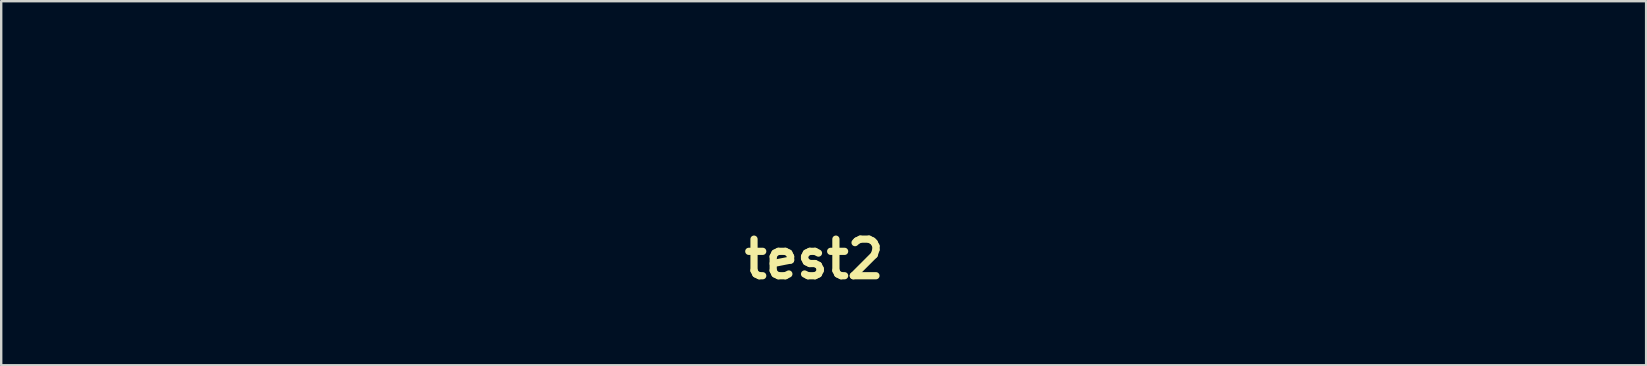
<source format=kicad_pcb>
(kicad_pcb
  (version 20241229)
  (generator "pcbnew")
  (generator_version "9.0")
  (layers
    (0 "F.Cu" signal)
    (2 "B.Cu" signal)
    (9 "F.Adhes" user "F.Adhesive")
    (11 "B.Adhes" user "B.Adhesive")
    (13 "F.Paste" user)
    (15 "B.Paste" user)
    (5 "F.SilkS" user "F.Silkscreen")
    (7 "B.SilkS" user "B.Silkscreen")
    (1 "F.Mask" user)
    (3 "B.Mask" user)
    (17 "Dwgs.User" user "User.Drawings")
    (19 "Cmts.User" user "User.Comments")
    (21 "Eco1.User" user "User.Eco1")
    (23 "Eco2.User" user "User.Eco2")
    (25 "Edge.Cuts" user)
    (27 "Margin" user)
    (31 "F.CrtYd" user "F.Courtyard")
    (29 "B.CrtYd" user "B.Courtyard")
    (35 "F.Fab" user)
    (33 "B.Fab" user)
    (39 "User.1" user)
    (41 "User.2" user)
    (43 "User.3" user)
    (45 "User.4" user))
  (footprint "test2"
    (layer "F.Cu")
    (at 30.862 7.746)
    (property "Reference" "test2" (at 0 0 0) (layer "F.SilkS") (effects (font (size 1.524 1.524) (thickness 0.3))))
    (attr through_hole)
    (fp_poly (pts (xy 13.123 -2.667) (xy 13.081 -2.625) (xy 13.039 -2.667) (xy 13.081 -2.709) (xy 13.123 -2.667)) (stroke (width 0.01) (type solid)) (fill no) (layer "Eco2.User"))
    (fp_poly (pts (xy 16.087 -5.122) (xy 16.044 -5.08) (xy 16.002 -5.122) (xy 16.044 -5.165) (xy 16.087 -5.122)) (stroke (width 0.01) (type solid)) (fill no) (layer "Eco2.User"))
    (fp_poly (pts (xy 17.187 -6.562) (xy 17.145 -6.519) (xy 17.103 -6.562) (xy 17.145 -6.604) (xy 17.187 -6.562)) (stroke (width 0.01) (type solid)) (fill no) (layer "Eco2.User"))
    (fp_poly (pts (xy 26.839 -0.635) (xy 26.797 -0.593) (xy 26.755 -0.635) (xy 26.797 -0.677) (xy 26.839 -0.635)) (stroke (width 0.01) (type solid)) (fill no) (layer "Eco2.User"))
    (fp_poly (pts (xy 31.411 -2.244) (xy 31.369 -2.201) (xy 31.327 -2.244) (xy 31.369 -2.286) (xy 31.411 -2.244)) (stroke (width 0.01) (type solid)) (fill no) (layer "Eco2.User"))
    (fp_poly (pts (xy -1.831 -4.974) (xy -1.788 -4.833) (xy -1.794 -4.76) (xy -1.836 -4.604) (xy -1.948 -4.531) (xy -2.138 -4.503) (xy -2.35 -4.5) (xy -2.44 -4.551) (xy -2.455 -4.635) (xy -2.393 -4.886) (xy -2.227 -5.034) (xy -1.998 -5.047) (xy -1.831 -4.974)) (stroke (width 0.01) (type solid)) (fill no) (layer "Eco2.User"))
    (fp_poly (pts (xy -16.987 -5.242) (xy -16.905 -5.191) (xy -16.91 -5.056) (xy -16.926 -4.974) (xy -16.982 -4.791) (xy -17.091 -4.706) (xy -17.308 -4.672) (xy -17.516 -4.663) (xy -17.596 -4.701) (xy -17.589 -4.809) (xy -17.581 -4.841) (xy -17.539 -5.04) (xy -17.527 -5.144) (xy -17.448 -5.218) (xy -17.229 -5.249) (xy -17.198 -5.249) (xy -16.987 -5.242)) (stroke (width 0.01) (type solid)) (fill no) (layer "Eco2.User"))
    (fp_poly (pts (xy -17.111 -4.187) (xy -17.107 -4.175) (xy -17.124 -4.071) (xy -17.169 -3.833) (xy -17.236 -3.495) (xy -17.318 -3.087) (xy -17.343 -2.963) (xy -17.575 -1.82) (xy -17.9 -1.793) (xy -18.224 -1.767) (xy -18.167 -2.047) (xy -18.126 -2.246) (xy -18.061 -2.562) (xy -17.982 -2.948) (xy -17.918 -3.26) (xy -17.728 -4.191) (xy -17.415 -4.217) (xy -17.215 -4.218) (xy -17.111 -4.187)) (stroke (width 0.01) (type solid)) (fill no) (layer "Eco2.User"))
    (fp_poly (pts (xy -1.952 -4.044) (xy -1.947 -4.038) (xy -1.964 -3.942) (xy -2.007 -3.717) (xy -2.07 -3.402) (xy -2.145 -3.034) (xy -2.224 -2.651) (xy -2.299 -2.291) (xy -2.363 -1.992) (xy -2.407 -1.791) (xy -2.417 -1.752) (xy -2.483 -1.595) (xy -2.615 -1.533) (xy -2.772 -1.524) (xy -2.964 -1.532) (xy -3.038 -1.59) (xy -3.03 -1.747) (xy -3.014 -1.841) (xy -2.973 -2.056) (xy -2.908 -2.386) (xy -2.827 -2.782) (xy -2.763 -3.09) (xy -2.567 -4.022) (xy -2.257 -4.048) (xy -2.056 -4.056) (xy -1.952 -4.044)) (stroke (width 0.01) (type solid)) (fill no) (layer "Eco2.User"))
    (fp_poly (pts (xy -27.04 -5.241) (xy -26.959 -5.194) (xy -26.966 -5.074) (xy -26.98 -5.016) (xy -27.016 -4.859) (xy -27.078 -4.568) (xy -27.161 -4.175) (xy -27.257 -3.712) (xy -27.341 -3.302) (xy -27.644 -1.82) (xy -27.961 -1.794) (xy -28.165 -1.788) (xy -28.273 -1.807) (xy -28.279 -1.816) (xy -28.262 -1.912) (xy -28.215 -2.141) (xy -28.145 -2.473) (xy -28.058 -2.874) (xy -28.034 -2.985) (xy -27.931 -3.462) (xy -27.832 -3.938) (xy -27.747 -4.359) (xy -27.687 -4.671) (xy -27.686 -4.678) (xy -27.582 -5.249) (xy -27.251 -5.249) (xy -27.04 -5.241)) (stroke (width 0.01) (type solid)) (fill no) (layer "Eco2.User"))
    (fp_poly (pts (xy 27.302 -1.672) (xy 27.29 -1.579) (xy 27.251 -1.503) (xy 27.18 -1.353) (xy 27.164 -1.291) (xy 27.185 -1.181) (xy 27.166 -1.045) (xy 27.122 -0.967) (xy 27.102 -0.968) (xy 27.013 -0.946) (xy 26.978 -0.889) (xy 26.899 -0.765) (xy 26.836 -0.785) (xy 26.815 -0.921) (xy 26.831 -1.037) (xy 26.863 -1.228) (xy 27.009 -1.228) (xy 27.051 -1.185) (xy 27.093 -1.228) (xy 27.051 -1.27) (xy 27.009 -1.228) (xy 26.863 -1.228) (xy 26.87 -1.267) (xy 26.883 -1.438) (xy 26.882 -1.439) (xy 26.945 -1.607) (xy 27.138 -1.688) (xy 27.202 -1.692) (xy 27.302 -1.672)) (stroke (width 0.01) (type solid)) (fill no) (layer "Eco2.User"))
    (fp_poly (pts (xy 0.179 -4.057) (xy 0.241 -4.004) (xy 0.196 -3.86) (xy 0.156 -3.772) (xy 0.012 -3.597) (xy -0.171 -3.556) (xy -0.445 -3.478) (xy -0.683 -3.241) (xy -0.887 -2.844) (xy -1.056 -2.285) (xy -1.148 -1.841) (xy -1.197 -1.636) (xy -1.284 -1.546) (xy -1.467 -1.524) (xy -1.535 -1.524) (xy -1.746 -1.532) (xy -1.828 -1.579) (xy -1.821 -1.7) (xy -1.807 -1.757) (xy -1.767 -1.929) (xy -1.699 -2.225) (xy -1.614 -2.603) (xy -1.525 -3.006) (xy -1.301 -4.022) (xy -1.032 -4.048) (xy -0.845 -4.051) (xy -0.773 -3.98) (xy -0.762 -3.842) (xy -0.762 -3.609) (xy -0.525 -3.836) (xy -0.226 -4.028) (xy -0.017 -4.064) (xy 0.179 -4.057)) (stroke (width 0.01) (type solid)) (fill no) (layer "Eco2.User"))
    (fp_poly (pts (xy -18.11 -4.315) (xy -18.048 -4.273) (xy -18.073 -4.147) (xy -18.125 -3.997) (xy -18.224 -3.815) (xy -18.329 -3.779) (xy -18.508 -3.771) (xy -18.733 -3.665) (xy -18.947 -3.497) (xy -19.081 -3.322) (xy -19.163 -3.11) (xy -19.249 -2.81) (xy -19.3 -2.582) (xy -19.375 -2.213) (xy -19.434 -1.978) (xy -19.497 -1.848) (xy -19.581 -1.792) (xy -19.706 -1.778) (xy -19.786 -1.778) (xy -19.984 -1.789) (xy -20.056 -1.848) (xy -20.044 -1.993) (xy -20.041 -2.011) (xy -20.007 -2.185) (xy -19.949 -2.482) (xy -19.875 -2.86) (xy -19.801 -3.239) (xy -19.608 -4.233) (xy -19.319 -4.233) (xy -19.127 -4.22) (xy -19.059 -4.157) (xy -19.071 -4.022) (xy -19.091 -3.866) (xy -19.056 -3.827) (xy -18.945 -3.907) (xy -18.783 -4.064) (xy -18.498 -4.269) (xy -18.281 -4.318) (xy -18.11 -4.315)) (stroke (width 0.01) (type solid)) (fill no) (layer "Eco2.User"))
    (fp_poly (pts (xy 4.67 -4.056) (xy 4.729 -4.003) (xy 4.682 -3.859) (xy 4.643 -3.772) (xy 4.494 -3.594) (xy 4.358 -3.556) (xy 4.114 -3.504) (xy 3.904 -3.339) (xy 3.72 -3.047) (xy 3.555 -2.614) (xy 3.399 -2.028) (xy 3.385 -1.968) (xy 3.321 -1.712) (xy 3.254 -1.58) (xy 3.149 -1.531) (xy 2.997 -1.524) (xy 2.805 -1.546) (xy 2.711 -1.601) (xy 2.709 -1.61) (xy 2.726 -1.716) (xy 2.771 -1.951) (xy 2.836 -2.277) (xy 2.914 -2.657) (xy 2.997 -3.055) (xy 3.078 -3.433) (xy 3.149 -3.754) (xy 3.176 -3.873) (xy 3.244 -4.008) (xy 3.399 -4.06) (xy 3.513 -4.064) (xy 3.707 -4.053) (xy 3.775 -3.99) (xy 3.759 -3.829) (xy 3.754 -3.805) (xy 3.702 -3.546) (xy 3.961 -3.805) (xy 4.244 -4.012) (xy 4.481 -4.064) (xy 4.67 -4.056)) (stroke (width 0.01) (type solid)) (fill no) (layer "Eco2.User"))
    (fp_poly (pts (xy -14.942 -4.215) (xy -14.654 -4.044) (xy -14.474 -3.789) (xy -14.453 -3.723) (xy -14.464 -3.6) (xy -14.601 -3.526) (xy -14.671 -3.508) (xy -14.876 -3.492) (xy -15.021 -3.583) (xy -15.093 -3.673) (xy -15.304 -3.86) (xy -15.535 -3.894) (xy -15.763 -3.788) (xy -15.965 -3.553) (xy -16.118 -3.201) (xy -16.135 -3.138) (xy -16.2 -2.73) (xy -16.149 -2.442) (xy -15.981 -2.272) (xy -15.778 -2.218) (xy -15.541 -2.241) (xy -15.358 -2.391) (xy -15.343 -2.408) (xy -15.159 -2.558) (xy -14.943 -2.625) (xy -14.756 -2.597) (xy -14.684 -2.532) (xy -14.689 -2.393) (xy -14.803 -2.206) (xy -14.995 -2.011) (xy -15.23 -1.85) (xy -15.246 -1.842) (xy -15.662 -1.711) (xy -16.078 -1.728) (xy -16.39 -1.853) (xy -16.652 -2.103) (xy -16.801 -2.439) (xy -16.842 -2.826) (xy -16.78 -3.227) (xy -16.618 -3.608) (xy -16.363 -3.932) (xy -16.082 -4.133) (xy -15.693 -4.269) (xy -15.301 -4.293) (xy -14.942 -4.215)) (stroke (width 0.01) (type solid)) (fill no) (layer "Eco2.User"))
    (fp_poly (pts (xy -22.35 -4.241) (xy -22.062 -4.047) (xy -21.931 -3.87) (xy -21.851 -3.7) (xy -21.864 -3.608) (xy -21.929 -3.555) (xy -22.119 -3.483) (xy -22.304 -3.482) (xy -22.423 -3.548) (xy -22.437 -3.595) (xy -22.511 -3.74) (xy -22.692 -3.841) (xy -22.918 -3.87) (xy -22.998 -3.857) (xy -23.217 -3.723) (xy -23.402 -3.47) (xy -23.534 -3.145) (xy -23.593 -2.8) (xy -23.561 -2.482) (xy -23.544 -2.43) (xy -23.401 -2.25) (xy -23.184 -2.193) (xy -22.938 -2.26) (xy -22.74 -2.413) (xy -22.543 -2.556) (xy -22.319 -2.623) (xy -22.129 -2.602) (xy -22.055 -2.539) (xy -22.062 -2.405) (xy -22.174 -2.22) (xy -22.356 -2.025) (xy -22.574 -1.865) (xy -22.638 -1.831) (xy -23.053 -1.712) (xy -23.468 -1.73) (xy -23.727 -1.826) (xy -23.994 -2.061) (xy -24.158 -2.398) (xy -24.212 -2.801) (xy -24.151 -3.231) (xy -24.018 -3.564) (xy -23.766 -3.902) (xy -23.439 -4.144) (xy -23.072 -4.285) (xy -22.697 -4.319) (xy -22.35 -4.241)) (stroke (width 0.01) (type solid)) (fill no) (layer "Eco2.User"))
    (fp_poly (pts (xy 1.975 -4.034) (xy 2.133 -3.959) (xy 2.269 -3.854) (xy 2.476 -3.635) (xy 2.542 -3.459) (xy 2.466 -3.342) (xy 2.264 -3.302) (xy 1.997 -3.361) (xy 1.882 -3.471) (xy 1.709 -3.605) (xy 1.457 -3.637) (xy 1.19 -3.558) (xy 1.045 -3.408) (xy 0.909 -3.148) (xy 0.807 -2.838) (xy 0.762 -2.536) (xy 0.762 -2.509) (xy 0.824 -2.232) (xy 0.987 -2.029) (xy 1.212 -1.947) (xy 1.222 -1.947) (xy 1.374 -2.006) (xy 1.559 -2.15) (xy 1.598 -2.19) (xy 1.788 -2.354) (xy 1.975 -2.402) (xy 2.097 -2.392) (xy 2.284 -2.341) (xy 2.37 -2.273) (xy 2.371 -2.266) (xy 2.308 -2.138) (xy 2.15 -1.958) (xy 1.943 -1.769) (xy 1.735 -1.612) (xy 1.571 -1.528) (xy 1.541 -1.524) (xy 1.34 -1.509) (xy 1.256 -1.492) (xy 1.081 -1.482) (xy 0.974 -1.496) (xy 0.595 -1.64) (xy 0.34 -1.887) (xy 0.202 -2.249) (xy 0.169 -2.625) (xy 0.216 -3.059) (xy 0.373 -3.417) (xy 0.667 -3.759) (xy 0.671 -3.764) (xy 0.853 -3.911) (xy 1.049 -3.994) (xy 1.325 -4.037) (xy 1.466 -4.048) (xy 1.773 -4.059) (xy 1.975 -4.034)) (stroke (width 0.01) (type solid)) (fill no) (layer "Eco2.User"))
    (fp_poly (pts (xy 29.873 -3.121) (xy 29.922 -3.053) (xy 29.9 -2.881) (xy 29.887 -2.815) (xy 29.838 -2.543) (xy 29.787 -2.202) (xy 29.764 -2.018) (xy 29.708 -1.539) (xy 30.049 -1.584) (xy 30.39 -1.63) (xy 30.287 -1.408) (xy 30.181 -1.255) (xy 30.015 -1.193) (xy 29.866 -1.186) (xy 29.657 -1.199) (xy 29.566 -1.262) (xy 29.542 -1.411) (xy 29.542 -1.418) (xy 29.531 -1.558) (xy 29.506 -1.553) (xy 29.461 -1.396) (xy 29.427 -1.249) (xy 29.361 -1.08) (xy 29.283 -1.016) (xy 29.229 -1.084) (xy 29.246 -1.206) (xy 29.337 -1.596) (xy 29.404 -1.99) (xy 29.565 -1.99) (xy 29.574 -1.845) (xy 29.601 -1.832) (xy 29.604 -1.84) (xy 29.621 -2.008) (xy 29.607 -2.094) (xy 29.58 -2.128) (xy 29.566 -2.016) (xy 29.565 -1.99) (xy 29.404 -1.99) (xy 29.418 -2.075) (xy 29.477 -2.564) (xy 29.487 -2.709) (xy 29.647 -2.709) (xy 29.66 -2.589) (xy 29.689 -2.603) (xy 29.701 -2.777) (xy 29.689 -2.815) (xy 29.659 -2.826) (xy 29.647 -2.709) (xy 29.487 -2.709) (xy 29.502 -2.942) (xy 29.545 -3.087) (xy 29.695 -3.132) (xy 29.73 -3.133) (xy 29.873 -3.121)) (stroke (width 0.01) (type solid)) (fill no) (layer "Eco2.User"))
    (fp_poly (pts (xy -25.257 -4.288) (xy -24.918 -4.152) (xy -24.688 -3.888) (xy -24.57 -3.496) (xy -24.553 -3.225) (xy -24.553 -2.801) (xy -25.442 -2.836) (xy -25.839 -2.849) (xy -26.097 -2.849) (xy -26.245 -2.831) (xy -26.313 -2.792) (xy -26.331 -2.728) (xy -26.331 -2.717) (xy -26.267 -2.504) (xy -26.109 -2.295) (xy -25.912 -2.149) (xy -25.786 -2.117) (xy -25.582 -2.168) (xy -25.377 -2.286) (xy -25.151 -2.415) (xy -24.951 -2.453) (xy -24.808 -2.412) (xy -24.758 -2.303) (xy -24.832 -2.139) (xy -24.862 -2.103) (xy -25.199 -1.843) (xy -25.598 -1.711) (xy -26.012 -1.715) (xy -26.38 -1.853) (xy -26.681 -2.128) (xy -26.858 -2.494) (xy -26.906 -2.915) (xy -26.837 -3.264) (xy -26.247 -3.264) (xy -26.169 -3.241) (xy -25.965 -3.224) (xy -25.676 -3.217) (xy -25.645 -3.217) (xy -25.043 -3.217) (xy -25.101 -3.45) (xy -25.233 -3.744) (xy -25.443 -3.889) (xy -25.731 -3.884) (xy -25.862 -3.842) (xy -25.983 -3.739) (xy -26.119 -3.554) (xy -26.222 -3.362) (xy -26.247 -3.264) (xy -26.837 -3.264) (xy -26.818 -3.36) (xy -26.733 -3.554) (xy -26.476 -3.937) (xy -26.156 -4.176) (xy -25.744 -4.291) (xy -25.707 -4.296) (xy -25.257 -4.288)) (stroke (width 0.01) (type solid)) (fill no) (layer "Eco2.User"))
    (fp_poly (pts (xy 9.007 -5.066) (xy 9.187 -5.014) (xy 9.256 -4.909) (xy 9.248 -4.778) (xy 9.2 -4.638) (xy 9.094 -4.599) (xy 8.932 -4.62) (xy 8.733 -4.642) (xy 8.621 -4.588) (xy 8.55 -4.42) (xy 8.519 -4.297) (xy 8.496 -4.136) (xy 8.564 -4.074) (xy 8.728 -4.064) (xy 8.908 -4.045) (xy 8.954 -3.976) (xy 8.941 -3.93) (xy 8.896 -3.769) (xy 8.89 -3.718) (xy 8.817 -3.663) (xy 8.642 -3.641) (xy 8.536 -3.64) (xy 8.459 -3.622) (xy 8.398 -3.561) (xy 8.344 -3.433) (xy 8.285 -3.212) (xy 8.211 -2.874) (xy 8.12 -2.434) (xy 7.93 -1.524) (xy 7.648 -1.524) (xy 7.453 -1.543) (xy 7.377 -1.621) (xy 7.368 -1.714) (xy 7.386 -1.881) (xy 7.435 -2.162) (xy 7.504 -2.509) (xy 7.537 -2.663) (xy 7.628 -3.085) (xy 7.681 -3.367) (xy 7.695 -3.536) (xy 7.67 -3.615) (xy 7.606 -3.63) (xy 7.535 -3.616) (xy 7.394 -3.622) (xy 7.366 -3.684) (xy 7.422 -3.929) (xy 7.578 -4.053) (xy 7.662 -4.064) (xy 7.799 -4.097) (xy 7.878 -4.227) (xy 7.914 -4.381) (xy 8.042 -4.75) (xy 8.269 -4.98) (xy 8.597 -5.077) (xy 8.686 -5.08) (xy 9.007 -5.066)) (stroke (width 0.01) (type solid)) (fill no) (layer "Eco2.User"))
    (fp_poly (pts (xy -20.247 -5.034) (xy -20.266 -4.932) (xy -20.312 -4.744) (xy -20.363 -4.508) (xy -20.388 -4.321) (xy -20.337 -4.247) (xy -20.191 -4.233) (xy -20.031 -4.209) (xy -20.007 -4.123) (xy -20.015 -4.099) (xy -20.06 -3.942) (xy -20.066 -3.893) (xy -20.139 -3.832) (xy -20.296 -3.794) (xy -20.427 -3.763) (xy -20.512 -3.679) (xy -20.576 -3.502) (xy -20.631 -3.26) (xy -20.714 -2.783) (xy -20.735 -2.45) (xy -20.693 -2.248) (xy -20.609 -2.168) (xy -20.442 -2.152) (xy -20.383 -2.173) (xy -20.328 -2.167) (xy -20.348 -2.081) (xy -20.398 -1.889) (xy -20.405 -1.813) (xy -20.477 -1.73) (xy -20.655 -1.694) (xy -20.886 -1.706) (xy -21.113 -1.763) (xy -21.232 -1.825) (xy -21.357 -1.964) (xy -21.412 -2.173) (xy -21.397 -2.48) (xy -21.314 -2.911) (xy -21.292 -3.006) (xy -21.208 -3.384) (xy -21.176 -3.627) (xy -21.195 -3.76) (xy -21.266 -3.808) (xy -21.294 -3.81) (xy -21.396 -3.884) (xy -21.421 -4.022) (xy -21.386 -4.183) (xy -21.248 -4.232) (xy -21.209 -4.233) (xy -21.048 -4.268) (xy -20.998 -4.406) (xy -20.997 -4.444) (xy -20.944 -4.623) (xy -20.765 -4.796) (xy -20.66 -4.867) (xy -20.417 -5.014) (xy -20.288 -5.068) (xy -20.247 -5.034)) (stroke (width 0.01) (type solid)) (fill no) (layer "Eco2.User"))
    (fp_poly (pts (xy 10.19 -4.755) (xy 10.159 -4.568) (xy 10.154 -4.551) (xy 10.089 -4.28) (xy 10.097 -4.131) (xy 10.188 -4.072) (xy 10.287 -4.064) (xy 10.444 -4.056) (xy 10.488 -4) (xy 10.444 -3.846) (xy 10.42 -3.784) (xy 10.319 -3.631) (xy 10.153 -3.613) (xy 10.14 -3.616) (xy 10.045 -3.624) (xy 9.978 -3.588) (xy 9.924 -3.475) (xy 9.872 -3.258) (xy 9.807 -2.906) (xy 9.8 -2.87) (xy 9.744 -2.522) (xy 9.708 -2.237) (xy 9.698 -2.056) (xy 9.704 -2.017) (xy 9.814 -1.959) (xy 9.911 -1.947) (xy 10.041 -1.889) (xy 10.073 -1.754) (xy 10.006 -1.603) (xy 9.912 -1.527) (xy 9.751 -1.461) (xy 9.679 -1.451) (xy 9.547 -1.475) (xy 9.417 -1.499) (xy 9.222 -1.597) (xy 9.103 -1.722) (xy 9.049 -1.829) (xy 9.029 -1.961) (xy 9.044 -2.157) (xy 9.096 -2.455) (xy 9.147 -2.703) (xy 9.23 -3.104) (xy 9.282 -3.367) (xy 9.302 -3.521) (xy 9.294 -3.594) (xy 9.259 -3.614) (xy 9.207 -3.61) (xy 9.087 -3.655) (xy 9.045 -3.786) (xy 9.077 -3.94) (xy 9.178 -4.056) (xy 9.246 -4.079) (xy 9.421 -4.181) (xy 9.479 -4.298) (xy 9.578 -4.455) (xy 9.767 -4.629) (xy 9.982 -4.77) (xy 10.156 -4.826) (xy 10.19 -4.755)) (stroke (width 0.01) (type solid)) (fill no) (layer "Eco2.User"))
    (fp_poly (pts (xy -29.177 -4.269) (xy -28.874 -4.142) (xy -28.661 -3.965) (xy -28.629 -3.915) (xy -28.563 -3.699) (xy -28.523 -3.382) (xy -28.517 -3.032) (xy -28.52 -2.975) (xy -28.534 -2.873) (xy -28.583 -2.818) (xy -28.703 -2.8) (xy -28.931 -2.812) (xy -29.166 -2.833) (xy -29.516 -2.855) (xy -29.833 -2.857) (xy -30.052 -2.837) (xy -30.058 -2.836) (xy -30.235 -2.777) (xy -30.28 -2.681) (xy -30.262 -2.596) (xy -30.113 -2.319) (xy -29.894 -2.156) (xy -29.644 -2.119) (xy -29.404 -2.223) (xy -29.337 -2.286) (xy -29.111 -2.429) (xy -28.851 -2.439) (xy -28.723 -2.385) (xy -28.686 -2.305) (xy -28.778 -2.172) (xy -28.85 -2.101) (xy -29.247 -1.814) (xy -29.649 -1.695) (xy -30.063 -1.742) (xy -30.285 -1.831) (xy -30.594 -2.05) (xy -30.779 -2.355) (xy -30.854 -2.771) (xy -30.857 -2.887) (xy -30.791 -3.335) (xy -30.183 -3.335) (xy -30.098 -3.255) (xy -29.864 -3.222) (xy -29.631 -3.217) (xy -29.317 -3.223) (xy -29.138 -3.246) (xy -29.058 -3.295) (xy -29.041 -3.368) (xy -29.11 -3.633) (xy -29.287 -3.81) (xy -29.524 -3.883) (xy -29.775 -3.833) (xy -29.945 -3.704) (xy -30.128 -3.479) (xy -30.183 -3.335) (xy -30.791 -3.335) (xy -30.786 -3.37) (xy -30.583 -3.777) (xy -30.271 -4.085) (xy -29.869 -4.271) (xy -29.511 -4.318) (xy -29.177 -4.269)) (stroke (width 0.01) (type solid)) (fill no) (layer "Eco2.User"))
    (fp_poly (pts (xy 28.803 -3.116) (xy 28.835 -3.069) (xy 28.809 -3.029) (xy 28.754 -2.891) (xy 28.698 -2.643) (xy 28.664 -2.413) (xy 28.625 -2.106) (xy 28.585 -1.844) (xy 28.561 -1.722) (xy 28.548 -1.608) (xy 28.609 -1.565) (xy 28.784 -1.574) (xy 28.867 -1.585) (xy 29.217 -1.632) (xy 29.115 -1.409) (xy 29.014 -1.256) (xy 28.855 -1.194) (xy 28.688 -1.185) (xy 28.458 -1.211) (xy 28.362 -1.282) (xy 28.36 -1.291) (xy 28.325 -1.306) (xy 28.245 -1.195) (xy 28.244 -1.193) (xy 28.173 -1.074) (xy 28.146 -1.082) (xy 28.15 -1.234) (xy 28.156 -1.32) (xy 28.183 -1.614) (xy 28.202 -1.778) (xy 28.383 -1.778) (xy 28.392 -1.624) (xy 28.414 -1.606) (xy 28.422 -1.63) (xy 28.435 -1.845) (xy 28.422 -1.926) (xy 28.397 -1.953) (xy 28.384 -1.835) (xy 28.383 -1.778) (xy 28.202 -1.778) (xy 28.223 -1.957) (xy 28.238 -2.074) (xy 28.289 -2.455) (xy 28.461 -2.455) (xy 28.475 -2.335) (xy 28.504 -2.349) (xy 28.515 -2.523) (xy 28.504 -2.561) (xy 28.473 -2.572) (xy 28.461 -2.455) (xy 28.289 -2.455) (xy 28.298 -2.53) (xy 28.336 -2.836) (xy 28.448 -2.836) (xy 28.49 -2.794) (xy 28.533 -2.836) (xy 28.49 -2.879) (xy 28.448 -2.836) (xy 28.336 -2.836) (xy 28.341 -2.875) (xy 28.355 -3.009) (xy 28.435 -3.075) (xy 28.618 -3.116) (xy 28.63 -3.117) (xy 28.803 -3.116)) (stroke (width 0.01) (type solid)) (fill no) (layer "Eco2.User"))
    (fp_poly (pts (xy -4.03 -4.049) (xy -3.793 -3.995) (xy -3.611 -3.889) (xy -3.61 -3.889) (xy -3.469 -3.736) (xy -3.399 -3.536) (xy -3.399 -3.256) (xy -3.466 -2.865) (xy -3.512 -2.667) (xy -3.58 -2.332) (xy -3.626 -2.01) (xy -3.638 -1.841) (xy -3.651 -1.634) (xy -3.716 -1.545) (xy -3.88 -1.524) (xy -3.937 -1.524) (xy -4.14 -1.542) (xy -4.222 -1.614) (xy -4.233 -1.706) (xy -4.244 -1.831) (xy -4.306 -1.82) (xy -4.391 -1.746) (xy -4.666 -1.585) (xy -5.004 -1.502) (xy -5.226 -1.505) (xy -5.412 -1.591) (xy -5.586 -1.753) (xy -5.736 -2.055) (xy -5.734 -2.3) (xy -5.165 -2.3) (xy -5.098 -2.091) (xy -4.926 -1.973) (xy -4.696 -1.96) (xy -4.452 -2.064) (xy -4.411 -2.095) (xy -4.257 -2.286) (xy -4.157 -2.506) (xy -4.083 -2.769) (xy -4.456 -2.699) (xy -4.847 -2.599) (xy -5.08 -2.474) (xy -5.164 -2.317) (xy -5.165 -2.3) (xy -5.734 -2.3) (xy -5.734 -2.356) (xy -5.596 -2.629) (xy -5.337 -2.848) (xy -4.973 -2.985) (xy -4.861 -3.004) (xy -4.465 -3.058) (xy -4.209 -3.104) (xy -4.064 -3.153) (xy -4 -3.218) (xy -3.99 -3.311) (xy -3.996 -3.373) (xy -4.036 -3.522) (xy -4.144 -3.595) (xy -4.357 -3.626) (xy -4.624 -3.617) (xy -4.781 -3.529) (xy -4.799 -3.507) (xy -4.907 -3.413) (xy -5.067 -3.412) (xy -5.183 -3.442) (xy -5.461 -3.522) (xy -5.192 -3.793) (xy -5.029 -3.942) (xy -4.875 -4.024) (xy -4.669 -4.058) (xy -4.378 -4.064) (xy -4.03 -4.049)) (stroke (width 0.01) (type solid)) (fill no) (layer "Eco2.User"))
    (fp_poly (pts (xy 6.026 -4.047) (xy 6.034 -4.046) (xy 6.356 -4.027) (xy 6.557 -3.989) (xy 6.688 -3.918) (xy 6.798 -3.795) (xy 6.804 -3.786) (xy 6.888 -3.665) (xy 6.931 -3.554) (xy 6.935 -3.408) (xy 6.902 -3.183) (xy 6.834 -2.844) (xy 6.766 -2.474) (xy 6.714 -2.129) (xy 6.69 -1.871) (xy 6.689 -1.83) (xy 6.677 -1.627) (xy 6.608 -1.542) (xy 6.433 -1.524) (xy 6.392 -1.524) (xy 6.188 -1.543) (xy 6.106 -1.616) (xy 6.096 -1.696) (xy 6.088 -1.807) (xy 6.036 -1.817) (xy 5.896 -1.727) (xy 5.863 -1.704) (xy 5.498 -1.52) (xy 5.163 -1.495) (xy 4.994 -1.551) (xy 4.75 -1.756) (xy 4.624 -2.039) (xy 4.619 -2.307) (xy 5.165 -2.307) (xy 5.232 -2.094) (xy 5.402 -1.973) (xy 5.631 -1.959) (xy 5.873 -2.064) (xy 5.914 -2.095) (xy 6.068 -2.293) (xy 6.144 -2.477) (xy 6.165 -2.643) (xy 6.091 -2.703) (xy 5.975 -2.709) (xy 5.699 -2.672) (xy 5.438 -2.576) (xy 5.243 -2.447) (xy 5.165 -2.31) (xy 5.165 -2.307) (xy 4.619 -2.307) (xy 4.618 -2.349) (xy 4.739 -2.64) (xy 4.881 -2.789) (xy 5.097 -2.902) (xy 5.385 -2.987) (xy 5.488 -3.004) (xy 5.876 -3.062) (xy 6.122 -3.128) (xy 6.256 -3.217) (xy 6.305 -3.341) (xy 6.308 -3.389) (xy 6.286 -3.527) (xy 6.188 -3.595) (xy 5.972 -3.626) (xy 5.701 -3.616) (xy 5.544 -3.525) (xy 5.534 -3.512) (xy 5.399 -3.415) (xy 5.182 -3.425) (xy 5.171 -3.428) (xy 4.978 -3.489) (xy 4.928 -3.575) (xy 5.021 -3.709) (xy 5.175 -3.848) (xy 5.334 -3.967) (xy 5.491 -4.031) (xy 5.703 -4.053) (xy 6.026 -4.047)) (stroke (width 0.01) (type solid)) (fill no) (layer "Eco2.User"))
    (fp_poly (pts (xy 31.522 -3.047) (xy 31.541 -3.006) (xy 31.571 -2.865) (xy 31.615 -2.72) (xy 31.634 -2.527) (xy 31.569 -2.446) (xy 31.384 -2.371) (xy 31.282 -2.413) (xy 31.284 -2.54) (xy 31.29 -2.678) (xy 31.215 -2.71) (xy 31.102 -2.642) (xy 31.002 -2.494) (xy 30.926 -2.212) (xy 30.906 -1.88) (xy 30.947 -1.597) (xy 30.956 -1.571) (xy 31.038 -1.496) (xy 31.143 -1.542) (xy 31.224 -1.674) (xy 31.242 -1.788) (xy 31.256 -1.82) (xy 31.411 -1.82) (xy 31.454 -1.778) (xy 31.496 -1.82) (xy 31.454 -1.863) (xy 31.411 -1.82) (xy 31.256 -1.82) (xy 31.298 -1.915) (xy 31.454 -1.947) (xy 31.599 -1.94) (xy 31.652 -1.891) (xy 31.622 -1.759) (xy 31.544 -1.567) (xy 31.368 -1.32) (xy 31.122 -1.197) (xy 30.849 -1.22) (xy 30.849 -1.22) (xy 30.758 -1.242) (xy 30.797 -1.17) (xy 30.817 -1.145) (xy 30.891 -1.035) (xy 30.862 -1.027) (xy 30.76 -1.116) (xy 30.716 -1.164) (xy 30.6 -1.387) (xy 31.157 -1.387) (xy 31.199 -1.361) (xy 31.311 -1.47) (xy 31.337 -1.503) (xy 31.411 -1.603) (xy 31.367 -1.582) (xy 31.305 -1.535) (xy 31.188 -1.43) (xy 31.157 -1.387) (xy 30.6 -1.387) (xy 30.568 -1.448) (xy 30.516 -1.816) (xy 30.534 -1.997) (xy 30.656 -1.997) (xy 30.672 -1.887) (xy 30.7 -1.886) (xy 30.721 -1.999) (xy 30.707 -2.048) (xy 30.67 -2.08) (xy 30.656 -1.997) (xy 30.534 -1.997) (xy 30.555 -2.213) (xy 30.595 -2.331) (xy 30.741 -2.331) (xy 30.759 -2.256) (xy 30.802 -2.341) (xy 30.824 -2.413) (xy 30.924 -2.63) (xy 31.045 -2.773) (xy 31.122 -2.855) (xy 31.094 -2.879) (xy 30.964 -2.807) (xy 30.836 -2.637) (xy 30.753 -2.434) (xy 30.741 -2.331) (xy 30.595 -2.331) (xy 30.68 -2.585) (xy 30.843 -2.832) (xy 31.006 -2.958) (xy 31.21 -3.044) (xy 31.399 -3.079) (xy 31.522 -3.047)) (stroke (width 0.01) (type solid)) (fill no) (layer "Eco2.User"))
    (fp_poly (pts (xy 22.554 -5.84) (xy 22.8 -5.83) (xy 22.925 -5.809) (xy 22.955 -5.772) (xy 22.914 -5.715) (xy 22.908 -5.709) (xy 22.794 -5.53) (xy 22.785 -5.362) (xy 22.876 -5.26) (xy 22.94 -5.249) (xy 23.05 -5.227) (xy 23.06 -5.126) (xy 23.029 -5.016) (xy 22.99 -4.87) (xy 22.922 -4.584) (xy 22.831 -4.185) (xy 22.722 -3.697) (xy 22.602 -3.148) (xy 22.517 -2.752) (xy 22.395 -2.187) (xy 22.283 -1.676) (xy 22.185 -1.244) (xy 22.109 -0.914) (xy 22.057 -0.708) (xy 22.039 -0.651) (xy 21.939 -0.619) (xy 21.718 -0.6) (xy 21.425 -0.6) (xy 21.118 -0.6) (xy 20.872 -0.582) (xy 20.744 -0.551) (xy 20.673 -0.538) (xy 20.677 -0.651) (xy 20.69 -0.707) (xy 20.724 -0.87) (xy 20.724 -0.931) (xy 20.64 -0.901) (xy 20.444 -0.823) (xy 20.193 -0.721) (xy 19.709 -0.564) (xy 19.275 -0.526) (xy 18.824 -0.603) (xy 18.755 -0.623) (xy 18.522 -0.726) (xy 18.332 -0.889) (xy 18.711 -0.889) (xy 18.754 -0.847) (xy 18.796 -0.889) (xy 18.754 -0.931) (xy 18.711 -0.889) (xy 18.332 -0.889) (xy 18.315 -0.904) (xy 18.095 -1.187) (xy 17.928 -1.456) (xy 17.837 -1.658) (xy 17.865 -1.658) (xy 17.92 -1.579) (xy 18.059 -1.427) (xy 18.24 -1.246) (xy 18.418 -1.076) (xy 18.554 -0.959) (xy 18.6 -0.931) (xy 18.652 -0.99) (xy 18.677 -1.029) (xy 18.682 -1.058) (xy 19.643 -1.058) (xy 19.685 -1.016) (xy 19.727 -1.058) (xy 19.685 -1.101) (xy 19.643 -1.058) (xy 18.682 -1.058) (xy 18.687 -1.088) (xy 18.647 -1.071) (xy 18.545 -1.059) (xy 18.527 -1.079) (xy 18.477 -1.143) (xy 19.897 -1.143) (xy 19.939 -1.101) (xy 19.981 -1.143) (xy 19.939 -1.185) (xy 19.897 -1.143) (xy 18.477 -1.143) (xy 18.45 -1.178) (xy 18.399 -1.228) (xy 20.066 -1.228) (xy 20.108 -1.185) (xy 20.151 -1.228) (xy 20.108 -1.27) (xy 20.066 -1.228) (xy 18.399 -1.228) (xy 18.314 -1.312) (xy 20.235 -1.312) (xy 20.278 -1.27) (xy 20.32 -1.312) (xy 20.278 -1.355) (xy 20.235 -1.312) (xy 18.314 -1.312) (xy 18.304 -1.322) (xy 18.133 -1.475) (xy 18.125 -1.482) (xy 20.489 -1.482) (xy 20.532 -1.439) (xy 20.574 -1.482) (xy 20.532 -1.524) (xy 20.489 -1.482) (xy 18.125 -1.482) (xy 17.977 -1.601) (xy 17.879 -1.663) (xy 17.865 -1.658) (xy 17.837 -1.658) (xy 17.827 -1.679) (xy 17.81 -1.799) (xy 17.817 -1.906) (xy 17.791 -1.912) (xy 17.76 -1.962) (xy 17.747 -2.123) (xy 17.75 -2.34) (xy 17.77 -2.555) (xy 17.804 -2.709) (xy 17.851 -2.907) (xy 17.857 -2.963) (xy 17.901 -3.293) (xy 17.979 -3.641) (xy 18.035 -3.888) (xy 18.079 -4.106) (xy 18.133 -4.371) (xy 18.178 -4.572) (xy 18.223 -4.819) (xy 18.238 -4.974) (xy 18.272 -5.123) (xy 18.319 -5.165) (xy 18.36 -5.232) (xy 18.348 -5.334) (xy 18.347 -5.493) (xy 18.386 -5.554) (xy 18.437 -5.666) (xy 18.427 -5.714) (xy 18.447 -5.764) (xy 18.566 -5.798) (xy 18.807 -5.82) (xy 19.19 -5.831) (xy 19.289 -5.832) (xy 19.698 -5.832) (xy 19.952 -5.82) (xy 20.064 -5.795) (xy 20.05 -5.756) (xy 20.045 -5.753) (xy 19.93 -5.6) (xy 19.897 -5.422) (xy 19.917 -5.254) (xy 20 -5.213) (xy 20.069 -5.226) (xy 20.187 -5.24) (xy 20.192 -5.163) (xy 20.155 -5.07) (xy 20.109 -4.918) (xy 20.038 -4.635) (xy 19.951 -4.255) (xy 19.856 -3.813) (xy 19.811 -3.598) (xy 19.718 -3.146) (xy 19.634 -2.745) (xy 19.566 -2.429) (xy 19.521 -2.23) (xy 19.509 -2.185) (xy 19.501 -2.092) (xy 19.587 -2.081) (xy 19.723 -2.115) (xy 20.154 -2.323) (xy 20.504 -2.66) (xy 20.508 -2.667) (xy 20.659 -2.667) (xy 20.701 -2.625) (xy 20.743 -2.667) (xy 20.701 -2.709) (xy 20.659 -2.667) (xy 20.508 -2.667) (xy 20.749 -3.098) (xy 20.865 -3.577) (xy 20.899 -3.81) (xy 20.941 -3.979) (xy 21.003 -4.183) (xy 21.071 -4.454) (xy 21.126 -4.718) (xy 21.152 -4.901) (xy 21.152 -4.911) (xy 21.172 -5.083) (xy 21.215 -5.292) (xy 21.261 -5.525) (xy 21.281 -5.694) (xy 21.302 -5.761) (xy 21.376 -5.804) (xy 21.533 -5.829) (xy 21.804 -5.84) (xy 22.165 -5.842) (xy 22.554 -5.84)) (stroke (width 0.01) (type solid)) (fill no) (layer "Eco2.User"))
    (fp_poly (pts (xy 28.002 -5.84) (xy 28.242 -5.832) (xy 28.36 -5.813) (xy 28.377 -5.779) (xy 28.318 -5.725) (xy 28.298 -5.71) (xy 28.142 -5.545) (xy 28.111 -5.385) (xy 28.2 -5.274) (xy 28.325 -5.249) (xy 28.541 -5.249) (xy 28.336 -4.974) (xy 28.246 -4.837) (xy 28.083 -4.571) (xy 27.858 -4.198) (xy 27.584 -3.735) (xy 27.271 -3.202) (xy 26.93 -2.619) (xy 26.664 -2.159) (xy 26.307 -1.547) (xy 25.964 -0.97) (xy 25.646 -0.448) (xy 25.366 0.000467) (xy 25.137 0.355) (xy 24.97 0.596) (xy 24.894 0.689) (xy 24.485 0.996) (xy 24.007 1.148) (xy 23.461 1.147) (xy 23.201 1.099) (xy 22.988 1.063) (xy 22.85 1.066) (xy 22.841 1.07) (xy 22.791 1.031) (xy 22.763 0.878) (xy 22.763 0.804) (xy 23.199 0.804) (xy 23.241 0.847) (xy 23.283 0.804) (xy 23.241 0.762) (xy 23.199 0.804) (xy 22.763 0.804) (xy 22.764 0.743) (xy 22.776 0.743) (xy 22.839 0.759) (xy 22.86 0.759) (xy 23.041 0.715) (xy 23.114 0.677) (xy 23.168 0.635) (xy 23.961 0.635) (xy 24.003 0.677) (xy 24.045 0.635) (xy 24.003 0.593) (xy 23.961 0.635) (xy 23.168 0.635) (xy 23.198 0.611) (xy 23.135 0.595) (xy 23.114 0.595) (xy 22.933 0.64) (xy 22.86 0.677) (xy 22.776 0.743) (xy 22.764 0.743) (xy 22.764 0.667) (xy 22.772 0.602) (xy 22.743 0.55) (xy 24.215 0.55) (xy 24.257 0.593) (xy 24.299 0.55) (xy 24.257 0.508) (xy 24.215 0.55) (xy 22.743 0.55) (xy 22.727 0.52) (xy 22.621 0.529) (xy 22.51 0.537) (xy 22.486 0.466) (xy 24.384 0.466) (xy 24.426 0.508) (xy 24.469 0.466) (xy 24.426 0.423) (xy 24.384 0.466) (xy 22.486 0.466) (xy 22.481 0.452) (xy 22.499 0.307) (xy 22.541 0.01) (xy 22.575 -0.333) (xy 22.593 -0.572) (xy 22.639 -0.716) (xy 22.716 -0.761) (xy 22.771 -0.687) (xy 22.775 -0.635) (xy 22.824 -0.522) (xy 22.865 -0.508) (xy 22.912 -0.561) (xy 22.898 -0.598) (xy 23.727 -0.598) (xy 23.739 -0.593) (xy 23.816 -0.652) (xy 23.834 -0.677) (xy 23.845 -0.72) (xy 25.315 -0.72) (xy 25.358 -0.677) (xy 25.4 -0.72) (xy 25.358 -0.762) (xy 25.315 -0.72) (xy 23.845 -0.72) (xy 23.855 -0.756) (xy 23.844 -0.762) (xy 23.766 -0.702) (xy 23.749 -0.677) (xy 23.727 -0.598) (xy 22.898 -0.598) (xy 22.895 -0.604) (xy 22.904 -0.661) (xy 23.05 -0.659) (xy 23.146 -0.642) (xy 23.368 -0.621) (xy 23.533 -0.681) (xy 23.706 -0.833) (xy 23.825 -0.974) (xy 23.961 -0.974) (xy 24.003 -0.931) (xy 24.045 -0.974) (xy 24.003 -1.016) (xy 23.961 -0.974) (xy 23.825 -0.974) (xy 23.868 -1.025) (xy 23.92 -1.199) (xy 23.904 -1.366) (xy 23.864 -1.659) (xy 23.845 -1.905) (xy 25.993 -1.905) (xy 26.035 -1.863) (xy 26.077 -1.905) (xy 26.035 -1.947) (xy 25.993 -1.905) (xy 23.845 -1.905) (xy 23.844 -1.918) (xy 23.824 -2.092) (xy 23.789 -2.157) (xy 23.786 -2.156) (xy 23.752 -2.221) (xy 23.7 -2.422) (xy 23.642 -2.685) (xy 25.068 -2.685) (xy 25.09 -2.645) (xy 25.156 -2.746) (xy 25.243 -2.921) (xy 26.585 -2.921) (xy 26.628 -2.879) (xy 26.67 -2.921) (xy 26.628 -2.963) (xy 26.585 -2.921) (xy 25.243 -2.921) (xy 25.258 -2.951) (xy 25.331 -3.126) (xy 25.313 -3.162) (xy 25.284 -3.142) (xy 25.17 -3.081) (xy 25.135 -3.087) (xy 25.103 -3.041) (xy 25.078 -2.878) (xy 25.076 -2.858) (xy 25.068 -2.685) (xy 23.642 -2.685) (xy 23.633 -2.729) (xy 23.558 -3.11) (xy 23.48 -3.534) (xy 23.405 -3.969) (xy 23.339 -4.386) (xy 23.286 -4.752) (xy 23.253 -5.037) (xy 23.244 -5.178) (xy 23.231 -5.401) (xy 23.202 -5.525) (xy 23.183 -5.536) (xy 23.14 -5.574) (xy 23.136 -5.661) (xy 23.157 -5.734) (xy 23.226 -5.783) (xy 23.374 -5.812) (xy 23.631 -5.828) (xy 23.999 -5.836) (xy 24.406 -5.837) (xy 24.657 -5.823) (xy 24.764 -5.793) (xy 24.759 -5.76) (xy 24.702 -5.627) (xy 24.7 -5.449) (xy 24.743 -5.29) (xy 24.821 -5.215) (xy 24.85 -5.219) (xy 24.935 -5.189) (xy 24.95 -5.065) (xy 24.957 -4.874) (xy 24.985 -4.594) (xy 25.029 -4.265) (xy 25.082 -3.93) (xy 25.136 -3.631) (xy 25.186 -3.408) (xy 25.225 -3.305) (xy 25.23 -3.302) (xy 25.291 -3.372) (xy 25.412 -3.562) (xy 25.578 -3.842) (xy 25.633 -3.937) (xy 27.178 -3.937) (xy 27.22 -3.895) (xy 27.263 -3.937) (xy 27.22 -3.979) (xy 27.178 -3.937) (xy 25.633 -3.937) (xy 25.73 -4.106) (xy 27.263 -4.106) (xy 27.305 -4.064) (xy 27.347 -4.106) (xy 27.305 -4.149) (xy 27.263 -4.106) (xy 25.73 -4.106) (xy 25.772 -4.181) (xy 25.872 -4.36) (xy 25.993 -4.36) (xy 26.035 -4.318) (xy 26.077 -4.36) (xy 26.035 -4.403) (xy 25.993 -4.36) (xy 25.872 -4.36) (xy 25.977 -4.549) (xy 26.176 -4.915) (xy 26.352 -5.25) (xy 26.373 -5.292) (xy 26.501 -5.292) (xy 26.543 -5.249) (xy 26.585 -5.292) (xy 26.543 -5.334) (xy 26.501 -5.292) (xy 26.373 -5.292) (xy 26.458 -5.461) (xy 26.585 -5.461) (xy 26.628 -5.419) (xy 26.67 -5.461) (xy 26.628 -5.503) (xy 26.585 -5.461) (xy 26.458 -5.461) (xy 26.49 -5.523) (xy 26.571 -5.704) (xy 26.585 -5.755) (xy 26.614 -5.816) (xy 26.721 -5.752) (xy 26.729 -5.747) (xy 26.823 -5.685) (xy 26.808 -5.736) (xy 26.816 -5.786) (xy 26.925 -5.818) (xy 27.157 -5.836) (xy 27.533 -5.842) (xy 27.615 -5.842) (xy 28.002 -5.84)) (stroke (width 0.01) (type solid)) (fill no) (layer "Eco2.User"))
    (fp_poly (pts (xy -7.267 -7.689) (xy -7.185 -7.656) (xy -6.867 -7.422) (xy -6.56 -7.075) (xy -6.305 -6.667) (xy -6.15 -6.282) (xy -6.047 -5.896) (xy -6.011 -5.64) (xy -6.057 -5.481) (xy -6.203 -5.386) (xy -6.466 -5.323) (xy -6.668 -5.29) (xy -6.9 -5.266) (xy -7.006 -5.295) (xy -7.027 -5.359) (xy -6.95 -5.477) (xy -6.74 -5.558) (xy -6.456 -5.587) (xy -6.308 -5.63) (xy -6.275 -5.779) (xy -6.29 -5.893) (xy -6.317 -5.845) (xy -6.324 -5.821) (xy -6.404 -5.717) (xy -6.597 -5.675) (xy -6.698 -5.673) (xy -6.964 -5.639) (xy -7.081 -5.546) (xy -7.16 -5.427) (xy -7.226 -5.464) (xy -7.262 -5.642) (xy -7.263 -5.667) (xy -7.317 -5.998) (xy -7.444 -6.193) (xy -7.541 -6.23) (xy -6.428 -6.23) (xy -6.412 -6.12) (xy -6.384 -6.119) (xy -6.363 -6.232) (xy -6.377 -6.281) (xy -6.414 -6.313) (xy -6.428 -6.23) (xy -7.541 -6.23) (xy -7.621 -6.26) (xy -7.83 -6.207) (xy -8.047 -6.038) (xy -8.254 -5.762) (xy -8.428 -5.384) (xy -8.462 -5.281) (xy -8.585 -4.78) (xy -8.659 -4.259) (xy -8.684 -3.755) (xy -8.661 -3.3) (xy -8.59 -2.929) (xy -8.471 -2.675) (xy -8.421 -2.622) (xy -8.225 -2.552) (xy -8.009 -2.621) (xy -7.798 -2.804) (xy -7.619 -3.076) (xy -7.497 -3.412) (xy -7.476 -3.515) (xy -7.428 -3.694) (xy -7.37 -3.757) (xy -7.356 -3.749) (xy -7.31 -3.594) (xy -7.359 -3.358) (xy -7.479 -3.08) (xy -7.649 -2.804) (xy -7.848 -2.569) (xy -8.052 -2.418) (xy -8.066 -2.412) (xy -8.24 -2.332) (xy -8.266 -2.299) (xy -8.154 -2.29) (xy -8.118 -2.289) (xy -7.893 -2.339) (xy -7.68 -2.456) (xy -7.522 -2.646) (xy -7.375 -2.929) (xy -7.363 -2.963) (xy -6.689 -2.963) (xy -6.658 -2.894) (xy -6.632 -2.907) (xy -6.622 -3.007) (xy -6.632 -3.02) (xy -6.683 -3.008) (xy -6.689 -2.963) (xy -7.363 -2.963) (xy -7.264 -3.242) (xy -7.26 -3.267) (xy -6.597 -3.267) (xy -6.582 -3.157) (xy -6.553 -3.156) (xy -6.533 -3.269) (xy -6.546 -3.318) (xy -6.584 -3.35) (xy -6.597 -3.267) (xy -7.26 -3.267) (xy -7.213 -3.52) (xy -7.223 -3.646) (xy -7.234 -3.777) (xy -7.21 -3.806) (xy -7.071 -3.781) (xy -6.873 -3.728) (xy -6.666 -3.663) (xy -6.5 -3.603) (xy -6.425 -3.563) (xy -6.435 -3.556) (xy -6.471 -3.525) (xy -6.365 -3.467) (xy -6.27 -3.422) (xy -6.22 -3.361) (xy -6.219 -3.253) (xy -6.27 -3.065) (xy -6.376 -2.766) (xy -6.448 -2.57) (xy -6.718 -2.009) (xy -7.054 -1.575) (xy -7.442 -1.276) (xy -7.867 -1.121) (xy -8.311 -1.116) (xy -8.761 -1.269) (xy -8.914 -1.36) (xy -9.239 -1.627) (xy -9.504 -1.942) (xy -9.574 -2.074) (xy -9.51 -2.074) (xy -9.348 -1.851) (xy -9.161 -1.646) (xy -8.975 -1.499) (xy -8.723 -1.41) (xy -8.384 -1.367) (xy -8.035 -1.375) (xy -7.766 -1.432) (xy -7.544 -1.567) (xy -7.295 -1.796) (xy -7.053 -2.076) (xy -6.85 -2.365) (xy -6.721 -2.623) (xy -6.692 -2.769) (xy -6.728 -2.744) (xy -6.815 -2.602) (xy -6.871 -2.498) (xy -7.198 -1.997) (xy -7.577 -1.654) (xy -8.005 -1.471) (xy -8.299 -1.439) (xy -8.637 -1.473) (xy -8.928 -1.593) (xy -9.237 -1.828) (xy -9.264 -1.852) (xy -9.51 -2.074) (xy -9.574 -2.074) (xy -9.619 -2.159) (xy -9.567 -2.159) (xy -9.525 -2.117) (xy -9.483 -2.159) (xy -9.525 -2.201) (xy -9.567 -2.159) (xy -9.619 -2.159) (xy -9.669 -2.254) (xy -9.696 -2.351) (xy -9.726 -2.475) (xy -9.737 -2.498) (xy -9.786 -2.577) (xy -9.787 -2.582) (xy -9.567 -2.582) (xy -9.525 -2.54) (xy -9.483 -2.582) (xy -9.525 -2.625) (xy -9.567 -2.582) (xy -9.787 -2.582) (xy -9.824 -2.792) (xy -9.832 -2.879) (xy -9.639 -2.879) (xy -9.625 -2.758) (xy -9.596 -2.773) (xy -9.585 -2.946) (xy -9.596 -2.985) (xy -9.627 -2.995) (xy -9.639 -2.879) (xy -9.832 -2.879) (xy -9.843 -3.004) (xy -8.877 -3.004) (xy -8.853 -2.926) (xy -8.763 -2.774) (xy -8.646 -2.607) (xy -8.544 -2.484) (xy -8.502 -2.455) (xy -8.52 -2.518) (xy -8.609 -2.674) (xy -8.655 -2.746) (xy -8.78 -2.918) (xy -8.864 -3.003) (xy -8.877 -3.004) (xy -9.843 -3.004) (xy -9.852 -3.112) (xy -9.867 -3.502) (xy -9.871 -3.932) (xy -9.87 -3.987) (xy -9.723 -3.987) (xy -9.71 -3.09) (xy -9.698 -3.302) (xy -8.961 -3.302) (xy -8.948 -3.182) (xy -8.919 -3.196) (xy -8.907 -3.37) (xy -8.919 -3.408) (xy -8.949 -3.418) (xy -8.961 -3.302) (xy -9.698 -3.302) (xy -9.66 -3.944) (xy -9.053 -3.944) (xy -9.037 -3.834) (xy -9.008 -3.833) (xy -8.988 -3.946) (xy -9.001 -3.995) (xy -9.039 -4.027) (xy -9.053 -3.944) (xy -9.66 -3.944) (xy -9.653 -4.064) (xy -9.613 -4.544) (xy -9.592 -4.699) (xy -8.958 -4.699) (xy -8.949 -4.554) (xy -8.923 -4.542) (xy -8.919 -4.549) (xy -8.902 -4.717) (xy -8.916 -4.803) (xy -8.943 -4.838) (xy -8.958 -4.725) (xy -8.958 -4.699) (xy -9.592 -4.699) (xy -9.553 -4.997) (xy -9.527 -5.129) (xy -8.883 -5.129) (xy -8.868 -5.02) (xy -8.839 -5.018) (xy -8.819 -5.132) (xy -8.832 -5.181) (xy -8.87 -5.213) (xy -8.883 -5.129) (xy -9.527 -5.129) (xy -9.481 -5.365) (xy -9.462 -5.436) (xy -8.798 -5.436) (xy -8.798 -5.419) (xy -8.771 -5.406) (xy -8.709 -5.526) (xy -8.68 -5.601) (xy -8.565 -5.869) (xy -8.438 -6.105) (xy -8.427 -6.122) (xy -8.192 -6.359) (xy -7.898 -6.479) (xy -7.599 -6.463) (xy -7.553 -6.445) (xy -7.403 -6.385) (xy -7.395 -6.4) (xy -7.488 -6.476) (xy -7.759 -6.594) (xy -8.051 -6.545) (xy -8.254 -6.42) (xy -8.435 -6.224) (xy -8.61 -5.952) (xy -8.742 -5.667) (xy -8.798 -5.436) (xy -9.462 -5.436) (xy -9.443 -5.503) (xy -9.173 -6.18) (xy -8.854 -6.733) (xy -8.503 -7.138) (xy -6.754 -7.138) (xy -6.753 -7.069) (xy -6.669 -6.86) (xy -6.653 -6.827) (xy -6.547 -6.63) (xy -6.471 -6.53) (xy -6.451 -6.529) (xy -6.468 -6.64) (xy -6.546 -6.827) (xy -6.556 -6.847) (xy -6.683 -7.065) (xy -6.754 -7.138) (xy -8.503 -7.138) (xy -8.495 -7.147) (xy -8.107 -7.409) (xy -8.093 -7.415) (xy -7.924 -7.492) (xy -7.903 -7.524) (xy -8.021 -7.532) (xy -8.052 -7.532) (xy -8.252 -7.485) (xy -8.501 -7.363) (xy -8.602 -7.296) (xy -8.961 -6.939) (xy -9.259 -6.444) (xy -9.49 -5.833) (xy -9.646 -5.128) (xy -9.72 -4.353) (xy -9.723 -3.987) (xy -9.87 -3.987) (xy -9.863 -4.367) (xy -9.842 -4.776) (xy -9.808 -5.126) (xy -9.77 -5.347) (xy -9.567 -6.025) (xy -9.299 -6.615) (xy -8.981 -7.098) (xy -8.625 -7.452) (xy -8.48 -7.535) (xy -7.106 -7.535) (xy -7.085 -7.491) (xy -7.038 -7.429) (xy -6.915 -7.298) (xy -6.859 -7.298) (xy -6.858 -7.313) (xy -6.916 -7.384) (xy -7.006 -7.461) (xy -7.106 -7.535) (xy -8.48 -7.535) (xy -8.405 -7.578) (xy -7.281 -7.578) (xy -7.239 -7.535) (xy -7.197 -7.578) (xy -7.239 -7.62) (xy -7.281 -7.578) (xy -8.405 -7.578) (xy -8.309 -7.633) (xy -7.956 -7.721) (xy -7.584 -7.741) (xy -7.267 -7.689)) (stroke (width 0.01) (type solid)) (fill no) (layer "Eco2.User"))
    (fp_poly (pts (xy -11.619 -7.683) (xy -11.184 -7.646) (xy -10.857 -7.577) (xy -10.607 -7.466) (xy -10.405 -7.306) (xy -10.329 -7.226) (xy -10.106 -6.894) (xy -9.97 -6.492) (xy -9.911 -5.981) (xy -9.907 -5.757) (xy -9.931 -5.243) (xy -10.014 -4.845) (xy -10.176 -4.514) (xy -10.433 -4.202) (xy -10.509 -4.125) (xy -10.733 -3.896) (xy -10.845 -3.74) (xy -10.865 -3.625) (xy -10.844 -3.569) (xy -10.789 -3.431) (xy -10.702 -3.173) (xy -10.595 -2.836) (xy -10.479 -2.457) (xy -10.367 -2.075) (xy -10.268 -1.729) (xy -10.196 -1.458) (xy -10.161 -1.3) (xy -10.16 -1.284) (xy -10.243 -1.223) (xy -10.486 -1.191) (xy -10.71 -1.185) (xy -11.022 -1.194) (xy -11.195 -1.226) (xy -11.258 -1.287) (xy -11.261 -1.308) (xy -11.192 -1.397) (xy -10.977 -1.451) (xy -10.858 -1.464) (xy -10.679 -1.481) (xy -10.657 -1.49) (xy -10.796 -1.492) (xy -10.973 -1.49) (xy -11.489 -1.482) (xy -11.643 -2.081) (xy -11.423 -2.081) (xy -11.408 -1.972) (xy -11.379 -1.97) (xy -11.359 -2.084) (xy -11.372 -2.133) (xy -11.41 -2.165) (xy -11.423 -2.081) (xy -11.643 -2.081) (xy -11.729 -2.42) (xy -11.508 -2.42) (xy -11.492 -2.31) (xy -11.464 -2.309) (xy -11.444 -2.416) (xy -10.727 -2.416) (xy -10.692 -2.213) (xy -10.661 -2.081) (xy -10.597 -1.86) (xy -10.545 -1.734) (xy -10.526 -1.722) (xy -10.525 -1.817) (xy -10.56 -2.02) (xy -10.59 -2.152) (xy -10.654 -2.373) (xy -10.707 -2.499) (xy -10.725 -2.511) (xy -10.727 -2.416) (xy -11.444 -2.416) (xy -11.443 -2.422) (xy -11.457 -2.471) (xy -11.494 -2.503) (xy -11.508 -2.42) (xy -11.729 -2.42) (xy -11.759 -2.536) (xy -11.816 -2.759) (xy -11.593 -2.759) (xy -11.577 -2.649) (xy -11.548 -2.648) (xy -11.528 -2.761) (xy -11.541 -2.81) (xy -11.579 -2.842) (xy -11.593 -2.759) (xy -11.816 -2.759) (xy -11.861 -2.933) (xy -11.892 -3.048) (xy -11.684 -3.048) (xy -11.653 -2.978) (xy -11.628 -2.992) (xy -11.617 -3.092) (xy -11.628 -3.104) (xy -11.678 -3.093) (xy -11.684 -3.048) (xy -11.892 -3.048) (xy -11.95 -3.265) (xy -11.972 -3.344) (xy -11.769 -3.344) (xy -11.726 -3.302) (xy -11.684 -3.344) (xy -11.726 -3.387) (xy -11.769 -3.344) (xy -11.972 -3.344) (xy -12.016 -3.501) (xy -12.026 -3.536) (xy -11.055 -3.536) (xy -11.049 -3.445) (xy -11 -3.244) (xy -10.946 -3.066) (xy -10.864 -2.832) (xy -10.798 -2.688) (xy -10.771 -2.663) (xy -10.776 -2.756) (xy -10.825 -2.958) (xy -10.88 -3.133) (xy -10.964 -3.366) (xy -11.03 -3.511) (xy -11.055 -3.536) (xy -12.026 -3.536) (xy -12.05 -3.61) (xy -12.052 -3.613) (xy -12.144 -3.64) (xy -12.281 -3.66) (xy -12.363 -3.664) (xy -12.424 -3.635) (xy -12.472 -3.549) (xy -12.513 -3.38) (xy -12.556 -3.102) (xy -12.61 -2.689) (xy -12.629 -2.54) (xy -12.682 -2.112) (xy -12.727 -1.741) (xy -12.76 -1.461) (xy -12.777 -1.306) (xy -12.778 -1.291) (xy -12.852 -1.227) (xy -13.07 -1.193) (xy -13.342 -1.185) (xy -13.657 -1.195) (xy -13.825 -1.227) (xy -13.866 -1.284) (xy -13.865 -1.291) (xy -13.766 -1.36) (xy -13.553 -1.411) (xy -13.434 -1.423) (xy -13.182 -1.454) (xy -13.063 -1.515) (xy -13.04 -1.592) (xy -13.057 -1.682) (xy -13.113 -1.623) (xy -13.257 -1.546) (xy -13.536 -1.535) (xy -13.54 -1.535) (xy -13.832 -1.523) (xy -13.98 -1.436) (xy -14.028 -1.4) (xy -14.024 -1.512) (xy -14.006 -1.608) (xy -13.971 -1.817) (xy -13.794 -1.817) (xy -13.791 -1.723) (xy -13.774 -1.698) (xy -13.758 -1.708) (xy -13.727 -1.807) (xy -13.685 -2.029) (xy -13.672 -2.117) (xy -13.025 -2.117) (xy -13.012 -1.996) (xy -12.983 -2.011) (xy -12.971 -2.184) (xy -12.983 -2.223) (xy -13.013 -2.233) (xy -13.025 -2.117) (xy -13.672 -2.117) (xy -13.64 -2.329) (xy -13.634 -2.378) (xy -13.585 -2.752) (xy -12.937 -2.752) (xy -12.928 -2.607) (xy -12.902 -2.594) (xy -12.898 -2.602) (xy -12.882 -2.77) (xy -12.895 -2.856) (xy -12.922 -2.89) (xy -12.937 -2.778) (xy -12.937 -2.752) (xy -13.585 -2.752) (xy -13.559 -2.953) (xy -13.501 -3.387) (xy -12.85 -3.387) (xy -12.841 -3.233) (xy -12.819 -3.214) (xy -12.811 -3.239) (xy -12.798 -3.453) (xy -12.811 -3.535) (xy -12.836 -3.561) (xy -12.849 -3.444) (xy -12.85 -3.387) (xy -13.501 -3.387) (xy -13.477 -3.573) (xy -13.445 -3.812) (xy -12.777 -3.812) (xy -12.722 -3.876) (xy -12.713 -3.89) (xy -12.624 -3.962) (xy -12.477 -3.959) (xy -12.312 -3.915) (xy -12.118 -3.867) (xy -12.07 -3.887) (xy -12.085 -3.906) (xy -12.117 -3.922) (xy -11.254 -3.922) (xy -11.208 -3.771) (xy -11.145 -3.673) (xy -11.115 -3.673) (xy -11.12 -3.768) (xy -11.166 -3.867) (xy -11.241 -3.967) (xy -11.254 -3.922) (xy -12.117 -3.922) (xy -12.241 -3.984) (xy -12.452 -4.009) (xy -12.648 -3.981) (xy -12.758 -3.903) (xy -12.761 -3.895) (xy -12.777 -3.812) (xy -13.445 -3.812) (xy -13.405 -4.111) (xy -11.126 -4.111) (xy -11.108 -4.067) (xy -11.103 -4.067) (xy -10.982 -4.121) (xy -10.795 -4.265) (xy -10.658 -4.393) (xy -10.475 -4.595) (xy -10.355 -4.765) (xy -10.329 -4.836) (xy -10.37 -4.843) (xy -10.473 -4.732) (xy -10.544 -4.634) (xy -10.686 -4.444) (xy -10.796 -4.331) (xy -10.824 -4.318) (xy -10.936 -4.28) (xy -11.053 -4.197) (xy -11.126 -4.111) (xy -13.405 -4.111) (xy -13.392 -4.211) (xy -13.317 -4.764) (xy -12.488 -4.764) (xy -12.065 -4.761) (xy -11.771 -4.771) (xy -11.516 -4.799) (xy -11.438 -4.815) (xy -11.179 -4.972) (xy -11.111 -5.08) (xy -10.329 -5.08) (xy -10.298 -5.01) (xy -10.273 -5.024) (xy -10.263 -5.124) (xy -10.273 -5.136) (xy -10.323 -5.125) (xy -10.329 -5.08) (xy -11.111 -5.08) (xy -10.994 -5.265) (xy -10.947 -5.461) (xy -10.228 -5.461) (xy -10.219 -5.316) (xy -10.193 -5.304) (xy -10.189 -5.311) (xy -10.172 -5.479) (xy -10.186 -5.565) (xy -10.213 -5.6) (xy -10.228 -5.487) (xy -10.228 -5.461) (xy -10.947 -5.461) (xy -10.897 -5.671) (xy -10.893 -5.715) (xy -10.88 -5.919) (xy -10.883 -6.001) (xy -10.895 -5.969) (xy -11.027 -5.505) (xy -11.207 -5.183) (xy -11.459 -4.976) (xy -11.809 -4.857) (xy -11.997 -4.826) (xy -12.488 -4.764) (xy -13.317 -4.764) (xy -13.307 -4.843) (xy -13.292 -4.953) (xy -12.615 -4.953) (xy -12.573 -4.911) (xy -12.531 -4.953) (xy -12.571 -4.993) (xy -12.289 -4.993) (xy -11.881 -5.041) (xy -11.588 -5.106) (xy -11.359 -5.21) (xy -11.311 -5.249) (xy -11.187 -5.464) (xy -11.142 -5.804) (xy -11.141 -5.816) (xy -11.134 -6.223) (xy -11.614 -6.248) (xy -11.86 -6.258) (xy -12.018 -6.236) (xy -12.113 -6.151) (xy -12.17 -5.973) (xy -12.212 -5.671) (xy -12.234 -5.481) (xy -12.289 -4.993) (xy -12.571 -4.993) (xy -12.573 -4.995) (xy -12.615 -4.953) (xy -13.292 -4.953) (xy -13.24 -5.334) (xy -12.596 -5.334) (xy -12.587 -5.18) (xy -12.565 -5.162) (xy -12.557 -5.186) (xy -12.544 -5.401) (xy -12.557 -5.482) (xy -12.582 -5.509) (xy -12.595 -5.391) (xy -12.596 -5.334) (xy -13.24 -5.334) (xy -13.225 -5.444) (xy -13.154 -5.969) (xy -12.514 -5.969) (xy -12.505 -5.824) (xy -12.479 -5.812) (xy -12.475 -5.819) (xy -12.458 -5.987) (xy -12.472 -6.073) (xy -12.499 -6.108) (xy -12.514 -5.995) (xy -12.514 -5.969) (xy -13.154 -5.969) (xy -13.151 -5.989) (xy -13.087 -6.453) (xy -13.082 -6.488) (xy -12.488 -6.488) (xy -11.811 -6.435) (xy -11.493 -6.408) (xy -11.247 -6.384) (xy -11.117 -6.368) (xy -11.108 -6.366) (xy -11.114 -6.392) (xy -10.228 -6.392) (xy -10.219 -6.248) (xy -10.193 -6.235) (xy -10.189 -6.243) (xy -10.172 -6.411) (xy -10.186 -6.497) (xy -10.213 -6.531) (xy -10.228 -6.419) (xy -10.228 -6.392) (xy -11.114 -6.392) (xy -11.117 -6.405) (xy -11.134 -6.435) (xy -11.238 -6.473) (xy -11.467 -6.498) (xy -11.776 -6.505) (xy -11.837 -6.504) (xy -12.488 -6.488) (xy -13.082 -6.488) (xy -13.042 -6.773) (xy -10.329 -6.773) (xy -10.298 -6.704) (xy -10.273 -6.717) (xy -10.263 -6.817) (xy -10.273 -6.83) (xy -10.323 -6.818) (xy -10.329 -6.773) (xy -13.042 -6.773) (xy -13.037 -6.811) (xy -13.003 -7.037) (xy -12.995 -7.091) (xy -12.946 -7.366) (xy -12.005 -7.366) (xy -11.633 -7.369) (xy -11.337 -7.378) (xy -11.15 -7.39) (xy -11.101 -7.403) (xy -11.195 -7.42) (xy -11.424 -7.435) (xy -11.751 -7.448) (xy -12.109 -7.457) (xy -13.081 -7.472) (xy -13.186 -6.636) (xy -13.23 -6.297) (xy -13.29 -5.829) (xy -13.363 -5.272) (xy -13.443 -4.666) (xy -13.525 -4.05) (xy -13.546 -3.889) (xy -13.636 -3.205) (xy -13.705 -2.673) (xy -13.753 -2.275) (xy -13.782 -1.995) (xy -13.794 -1.817) (xy -13.971 -1.817) (xy -13.956 -1.902) (xy -13.921 -2.174) (xy -13.897 -2.393) (xy -13.861 -2.679) (xy -13.806 -3.07) (xy -13.76 -3.387) (xy -13.733 -3.587) (xy -13.697 -3.88) (xy -13.671 -4.106) (xy -13.624 -4.505) (xy -13.585 -4.824) (xy -13.541 -5.153) (xy -13.504 -5.419) (xy -13.449 -5.82) (xy -13.406 -6.143) (xy -13.364 -6.48) (xy -13.344 -6.646) (xy -13.303 -6.972) (xy -13.259 -7.287) (xy -13.244 -7.381) (xy -13.227 -7.493) (xy -10.682 -7.493) (xy -10.53 -7.218) (xy -10.408 -7.012) (xy -10.346 -6.947) (xy -10.331 -7.006) (xy -10.382 -7.11) (xy -10.501 -7.273) (xy -10.508 -7.281) (xy -10.682 -7.493) (xy -13.227 -7.493) (xy -13.195 -7.693) (xy -12.192 -7.693) (xy -11.619 -7.683)) (stroke (width 0.01) (type solid)) (fill no) (layer "Eco2.User"))
    (fp_poly (pts (xy 15.562 -7.535) (xy 15.876 -7.472) (xy 16.161 -7.364) (xy 16.351 -7.269) (xy 16.632 -7.105) (xy 16.87 -6.942) (xy 16.992 -6.836) (xy 17.008 -6.791) (xy 16.908 -6.834) (xy 16.713 -6.957) (xy 16.691 -6.972) (xy 16.444 -7.132) (xy 16.246 -7.243) (xy 16.147 -7.281) (xy 16.161 -7.24) (xy 16.29 -7.134) (xy 16.457 -7.017) (xy 16.907 -6.632) (xy 17.238 -6.145) (xy 17.405 -5.739) (xy 17.497 -5.497) (xy 17.582 -5.328) (xy 17.617 -5.288) (xy 17.691 -5.16) (xy 17.669 -4.993) (xy 17.564 -4.878) (xy 17.561 -4.877) (xy 17.389 -4.84) (xy 17.145 -4.819) (xy 17.117 -4.818) (xy 16.842 -4.791) (xy 16.603 -4.738) (xy 16.595 -4.735) (xy 16.521 -4.697) (xy 16.593 -4.679) (xy 16.821 -4.682) (xy 16.898 -4.685) (xy 17.414 -4.708) (xy 17.301 -4.492) (xy 17.202 -4.251) (xy 17.223 -4.116) (xy 17.368 -4.065) (xy 17.42 -4.063) (xy 17.557 -4.044) (xy 17.562 -4) (xy 17.561 -3.999) (xy 17.514 -3.899) (xy 17.441 -3.662) (xy 17.351 -3.318) (xy 17.251 -2.897) (xy 17.189 -2.611) (xy 16.908 -1.285) (xy 16.462 -1.067) (xy 15.862 -0.828) (xy 15.198 -0.655) (xy 14.52 -0.556) (xy 13.877 -0.538) (xy 13.318 -0.606) (xy 13.25 -0.623) (xy 12.783 -0.764) (xy 12.693 -0.804) (xy 13.97 -0.804) (xy 14.012 -0.762) (xy 14.055 -0.804) (xy 14.012 -0.847) (xy 13.97 -0.804) (xy 12.693 -0.804) (xy 12.504 -0.889) (xy 13.208 -0.889) (xy 13.25 -0.847) (xy 13.293 -0.889) (xy 13.25 -0.931) (xy 13.208 -0.889) (xy 12.504 -0.889) (xy 12.439 -0.918) (xy 12.297 -1.022) (xy 12.721 -1.022) (xy 12.732 -1.016) (xy 12.806 -1.072) (xy 13.152 -1.072) (xy 13.163 -1.022) (xy 13.208 -1.016) (xy 13.278 -1.047) (xy 13.264 -1.072) (xy 14.676 -1.072) (xy 14.687 -1.022) (xy 14.732 -1.016) (xy 14.802 -1.047) (xy 14.788 -1.072) (xy 14.688 -1.083) (xy 14.676 -1.072) (xy 13.264 -1.072) (xy 13.164 -1.083) (xy 13.152 -1.072) (xy 12.806 -1.072) (xy 12.81 -1.076) (xy 12.827 -1.101) (xy 12.842 -1.157) (xy 15.099 -1.157) (xy 15.111 -1.107) (xy 15.155 -1.101) (xy 15.225 -1.132) (xy 15.212 -1.157) (xy 15.111 -1.167) (xy 15.099 -1.157) (xy 12.842 -1.157) (xy 12.849 -1.18) (xy 12.837 -1.185) (xy 12.76 -1.126) (xy 12.742 -1.101) (xy 12.721 -1.022) (xy 12.297 -1.022) (xy 12.18 -1.106) (xy 12.551 -1.106) (xy 12.563 -1.101) (xy 12.64 -1.16) (xy 12.658 -1.185) (xy 12.669 -1.228) (xy 15.409 -1.228) (xy 15.452 -1.185) (xy 15.494 -1.228) (xy 15.452 -1.27) (xy 15.409 -1.228) (xy 12.669 -1.228) (xy 12.679 -1.264) (xy 12.668 -1.27) (xy 12.59 -1.21) (xy 12.573 -1.185) (xy 12.551 -1.106) (xy 12.18 -1.106) (xy 12.169 -1.114) (xy 11.928 -1.38) (xy 11.873 -1.453) (xy 11.681 -1.722) (xy 11.521 -1.968) (xy 11.439 -2.117) (xy 11.381 -2.249) (xy 11.399 -2.239) (xy 11.449 -2.164) (xy 11.586 -1.992) (xy 11.782 -1.784) (xy 12.004 -1.573) (xy 12.216 -1.39) (xy 12.382 -1.269) (xy 12.464 -1.239) (xy 12.448 -1.308) (xy 12.444 -1.312) (xy 15.663 -1.312) (xy 15.706 -1.27) (xy 15.748 -1.312) (xy 15.706 -1.355) (xy 15.663 -1.312) (xy 12.444 -1.312) (xy 12.352 -1.397) (xy 15.917 -1.397) (xy 15.96 -1.355) (xy 16.002 -1.397) (xy 15.96 -1.439) (xy 15.917 -1.397) (xy 12.352 -1.397) (xy 12.321 -1.426) (xy 12.262 -1.468) (xy 12.049 -1.646) (xy 11.812 -1.892) (xy 11.696 -2.033) (xy 11.524 -2.236) (xy 11.384 -2.364) (xy 11.322 -2.388) (xy 11.274 -2.435) (xy 11.284 -2.537) (xy 11.295 -2.656) (xy 11.263 -2.668) (xy 11.202 -2.709) (xy 11.15 -2.859) (xy 11.133 -3.028) (xy 12.851 -3.028) (xy 12.883 -2.758) (xy 12.996 -2.567) (xy 13.202 -2.413) (xy 13.228 -2.398) (xy 13.407 -2.309) (xy 13.464 -2.303) (xy 13.387 -2.38) (xy 13.356 -2.404) (xy 13.226 -2.522) (xy 13.246 -2.564) (xy 13.418 -2.53) (xy 13.557 -2.485) (xy 13.942 -2.409) (xy 14.391 -2.405) (xy 14.828 -2.468) (xy 15.155 -2.582) (xy 15.279 -2.667) (xy 15.494 -2.667) (xy 15.536 -2.625) (xy 15.579 -2.667) (xy 15.536 -2.709) (xy 15.494 -2.667) (xy 15.279 -2.667) (xy 15.333 -2.704) (xy 15.352 -2.797) (xy 15.219 -2.855) (xy 14.944 -2.872) (xy 14.744 -2.863) (xy 14.453 -2.85) (xy 14.29 -2.868) (xy 14.215 -2.926) (xy 14.214 -2.928) (xy 15.501 -2.928) (xy 15.516 -2.818) (xy 15.545 -2.817) (xy 15.565 -2.93) (xy 15.552 -2.979) (xy 15.514 -3.011) (xy 15.501 -2.928) (xy 14.214 -2.928) (xy 14.198 -2.97) (xy 14.195 -3.151) (xy 14.197 -3.153) (xy 14.345 -3.153) (xy 14.429 -3.139) (xy 14.538 -3.155) (xy 14.54 -3.184) (xy 14.426 -3.204) (xy 14.377 -3.191) (xy 14.345 -3.153) (xy 14.197 -3.153) (xy 14.317 -3.262) (xy 14.584 -3.321) (xy 14.606 -3.324) (xy 14.783 -3.344) (xy 14.784 -3.344) (xy 14.986 -3.344) (xy 15.028 -3.302) (xy 15.071 -3.344) (xy 15.045 -3.37) (xy 15.198 -3.37) (xy 15.409 -3.302) (xy 15.574 -3.249) (xy 15.642 -3.226) (xy 15.663 -3.282) (xy 15.663 -3.302) (xy 15.591 -3.361) (xy 15.431 -3.378) (xy 15.198 -3.37) (xy 15.045 -3.37) (xy 15.028 -3.387) (xy 14.986 -3.344) (xy 14.784 -3.344) (xy 14.814 -3.356) (xy 14.69 -3.366) (xy 14.503 -3.372) (xy 14.217 -3.367) (xy 14.052 -3.318) (xy 13.977 -3.239) (xy 13.909 -3.137) (xy 13.89 -3.186) (xy 13.888 -3.244) (xy 13.925 -3.454) (xy 13.96 -3.54) (xy 14.016 -3.706) (xy 14.077 -3.974) (xy 14.13 -4.275) (xy 14.16 -4.544) (xy 14.161 -4.551) (xy 14.172 -4.604) (xy 14.215 -4.64) (xy 14.316 -4.662) (xy 14.502 -4.671) (xy 14.798 -4.67) (xy 15.231 -4.662) (xy 15.355 -4.659) (xy 16.273 -4.638) (xy 16.217 -4.894) (xy 16.201 -5.052) (xy 16.369 -5.052) (xy 16.381 -5.001) (xy 16.425 -4.995) (xy 16.495 -5.026) (xy 16.482 -5.052) (xy 16.381 -5.062) (xy 16.369 -5.052) (xy 16.201 -5.052) (xy 16.198 -5.084) (xy 16.264 -5.173) (xy 16.314 -5.19) (xy 16.388 -5.221) (xy 16.3 -5.237) (xy 16.261 -5.24) (xy 16.168 -5.27) (xy 16.801 -5.27) (xy 16.884 -5.256) (xy 16.994 -5.272) (xy 16.995 -5.3) (xy 16.882 -5.321) (xy 16.833 -5.307) (xy 16.801 -5.27) (xy 16.168 -5.27) (xy 16.063 -5.303) (xy 15.848 -5.447) (xy 15.82 -5.473) (xy 15.496 -5.673) (xy 15.333 -5.706) (xy 15.872 -5.706) (xy 15.93 -5.567) (xy 16.024 -5.378) (xy 16.077 -5.342) (xy 16.087 -5.402) (xy 16.04 -5.516) (xy 15.958 -5.635) (xy 15.875 -5.735) (xy 15.872 -5.706) (xy 15.333 -5.706) (xy 15.093 -5.755) (xy 14.649 -5.723) (xy 14.201 -5.583) (xy 13.788 -5.337) (xy 13.669 -5.236) (xy 13.346 -4.853) (xy 13.106 -4.369) (xy 12.941 -3.761) (xy 12.885 -3.418) (xy 12.851 -3.028) (xy 11.133 -3.028) (xy 11.129 -3.072) (xy 11.122 -3.379) (xy 11.125 -3.598) (xy 11.176 -3.598) (xy 11.218 -3.556) (xy 11.261 -3.598) (xy 11.218 -3.641) (xy 11.176 -3.598) (xy 11.125 -3.598) (xy 11.128 -3.725) (xy 11.145 -4.051) (xy 11.172 -4.303) (xy 11.195 -4.403) (xy 11.244 -4.556) (xy 11.314 -4.803) (xy 11.351 -4.942) (xy 11.45 -5.213) (xy 11.591 -5.503) (xy 13.224 -5.503) (xy 13.306 -5.559) (xy 13.42 -5.673) (xy 13.517 -5.795) (xy 13.531 -5.842) (xy 13.449 -5.786) (xy 13.335 -5.673) (xy 13.237 -5.55) (xy 13.224 -5.503) (xy 11.591 -5.503) (xy 11.616 -5.555) (xy 11.757 -5.8) (xy 11.853 -5.8) (xy 11.896 -5.757) (xy 11.938 -5.8) (xy 11.896 -5.842) (xy 11.853 -5.8) (xy 11.757 -5.8) (xy 11.806 -5.884) (xy 15.748 -5.884) (xy 15.79 -5.842) (xy 15.833 -5.884) (xy 15.79 -5.927) (xy 15.748 -5.884) (xy 11.806 -5.884) (xy 11.816 -5.903) (xy 11.856 -5.965) (xy 11.859 -5.969) (xy 13.716 -5.969) (xy 13.758 -5.927) (xy 13.801 -5.969) (xy 13.758 -6.011) (xy 13.716 -5.969) (xy 11.859 -5.969) (xy 11.928 -6.054) (xy 12.023 -6.054) (xy 12.065 -6.011) (xy 12.107 -6.054) (xy 13.885 -6.054) (xy 13.928 -6.011) (xy 13.97 -6.054) (xy 13.928 -6.096) (xy 13.885 -6.054) (xy 12.107 -6.054) (xy 12.065 -6.096) (xy 12.023 -6.054) (xy 11.928 -6.054) (xy 12.008 -6.152) (xy 14.083 -6.152) (xy 14.095 -6.102) (xy 14.139 -6.096) (xy 14.209 -6.127) (xy 14.203 -6.138) (xy 15.409 -6.138) (xy 15.452 -6.096) (xy 15.494 -6.138) (xy 15.452 -6.181) (xy 15.409 -6.138) (xy 14.203 -6.138) (xy 14.196 -6.152) (xy 14.095 -6.163) (xy 14.083 -6.152) (xy 12.008 -6.152) (xy 12.077 -6.237) (xy 14.422 -6.237) (xy 14.433 -6.187) (xy 14.478 -6.181) (xy 14.548 -6.212) (xy 14.534 -6.237) (xy 15.099 -6.237) (xy 15.111 -6.187) (xy 15.155 -6.181) (xy 15.225 -6.212) (xy 15.212 -6.237) (xy 15.111 -6.247) (xy 15.099 -6.237) (xy 14.534 -6.237) (xy 14.434 -6.247) (xy 14.422 -6.237) (xy 12.077 -6.237) (xy 12.345 -6.567) (xy 12.657 -6.816) (xy 12.785 -6.816) (xy 12.827 -6.773) (xy 12.869 -6.816) (xy 12.827 -6.858) (xy 12.785 -6.816) (xy 12.657 -6.816) (xy 12.932 -7.035) (xy 13.526 -7.324) (xy 15.917 -7.324) (xy 15.96 -7.281) (xy 16.002 -7.324) (xy 15.96 -7.366) (xy 15.917 -7.324) (xy 13.526 -7.324) (xy 13.604 -7.362) (xy 14.35 -7.543) (xy 15.149 -7.571) (xy 15.562 -7.535)) (stroke (width 0.01) (type solid)) (fill no) (layer "Eco2.User")))
  (gr_rect
    (start -3 -3)
    (end 65.519 12.164)
    (stroke (width 0.1) (type default))
    (fill no)
    (layer "Edge.Cuts")))
</source>
